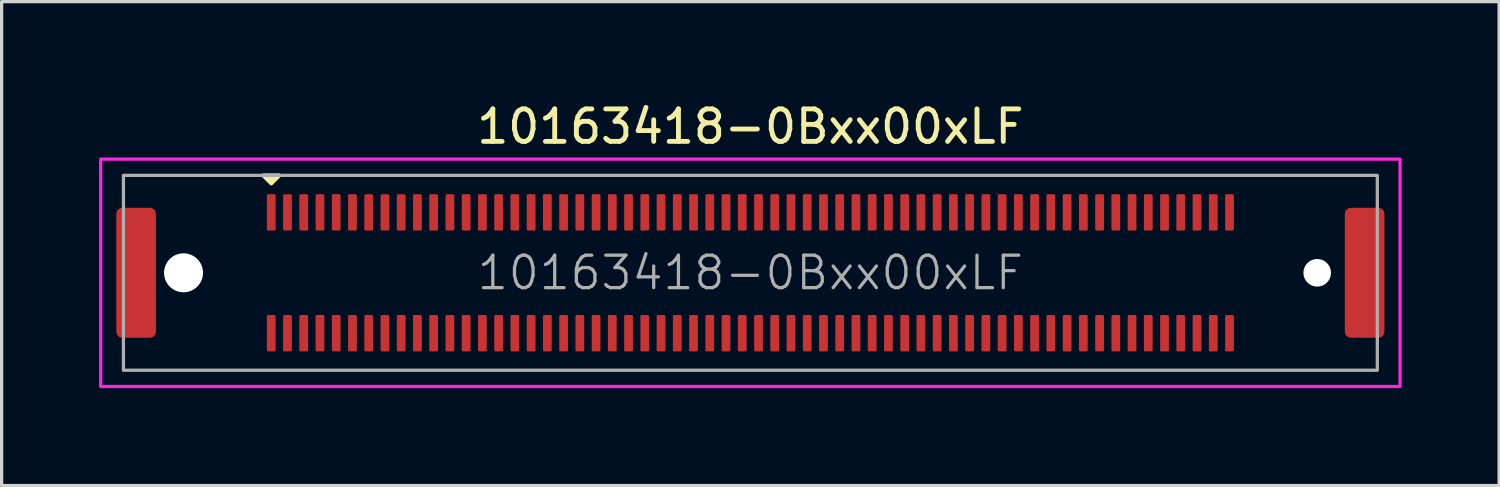
<source format=kicad_pcb>
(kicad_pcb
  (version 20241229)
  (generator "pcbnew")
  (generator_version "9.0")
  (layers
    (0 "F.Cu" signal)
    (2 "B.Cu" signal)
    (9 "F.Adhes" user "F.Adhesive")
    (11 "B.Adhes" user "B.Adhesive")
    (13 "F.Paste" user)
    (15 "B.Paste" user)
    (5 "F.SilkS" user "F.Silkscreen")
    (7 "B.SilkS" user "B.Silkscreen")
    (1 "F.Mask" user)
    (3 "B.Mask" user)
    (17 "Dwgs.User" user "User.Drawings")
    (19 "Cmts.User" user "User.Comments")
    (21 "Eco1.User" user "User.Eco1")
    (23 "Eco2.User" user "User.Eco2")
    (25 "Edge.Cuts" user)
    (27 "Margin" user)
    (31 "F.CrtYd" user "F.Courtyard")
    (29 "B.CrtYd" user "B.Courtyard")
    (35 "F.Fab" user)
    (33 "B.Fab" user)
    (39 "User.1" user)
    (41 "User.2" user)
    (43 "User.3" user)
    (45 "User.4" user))
  (footprint "10163418-0Bxx00xLF"
    (layer "F.Cu")
    (at 20.05 5.348)
    (property "Reference" "10163418-0Bxx00xLF" (at 0 -4.5 0) (unlocked yes) (layer "F.SilkS") (effects (font (size 1 1) (thickness 0.15))))
    (attr smd)
    (fp_poly (pts (xy -14.75 -2.75) (xy -14.5 -3) (xy -15 -3)) (stroke (width 0.12) (type solid)) (fill yes) (layer "F.SilkS"))
    (fp_rect (start -20 -3.5) (end 20 3.5) (stroke (width 0.1) (type solid)) (fill no) (layer "F.CrtYd"))
    (fp_rect (start -19.3 -3) (end 19.3 3) (stroke (width 0.1) (type solid)) (fill no) (layer "F.Fab"))
    (fp_text user "${REFERENCE}" (at 0 0 0) (unlocked yes) (layer "F.Fab") (effects (font (size 1 1) (thickness 0.1))))
    (pad "" np_thru_hole circle (at -17.45 0 90) (size 1.2 1.2) (drill 1.2) (layers "*.Cu" "*.Mask"))
    (pad "" np_thru_hole circle (at 17.45 0 90) (size 0.85 0.85) (drill 0.85) (layers "*.Cu" "*.Mask"))
    (pad "1" smd roundrect (at -14.75 -1.86) (size 0.27 1.12) (layers "F.Cu" "F.Mask" "F.Paste") (roundrect_rratio 0.15))
    (pad "2" smd roundrect (at -14.75 1.86) (size 0.27 1.12) (layers "F.Cu" "F.Mask" "F.Paste") (roundrect_rratio 0.15))
    (pad "3" smd roundrect (at -14.25 -1.86) (size 0.27 1.12) (layers "F.Cu" "F.Mask" "F.Paste") (roundrect_rratio 0.15))
    (pad "4" smd roundrect (at -14.25 1.86) (size 0.27 1.12) (layers "F.Cu" "F.Mask" "F.Paste") (roundrect_rratio 0.15))
    (pad "5" smd roundrect (at -13.75 -1.86) (size 0.27 1.12) (layers "F.Cu" "F.Mask" "F.Paste") (roundrect_rratio 0.15))
    (pad "6" smd roundrect (at -13.75 1.86) (size 0.27 1.12) (layers "F.Cu" "F.Mask" "F.Paste") (roundrect_rratio 0.15))
    (pad "7" smd roundrect (at -13.25 -1.86) (size 0.27 1.12) (layers "F.Cu" "F.Mask" "F.Paste") (roundrect_rratio 0.15))
    (pad "8" smd roundrect (at -13.25 1.86) (size 0.27 1.12) (layers "F.Cu" "F.Mask" "F.Paste") (roundrect_rratio 0.15))
    (pad "9" smd roundrect (at -12.75 -1.86) (size 0.27 1.12) (layers "F.Cu" "F.Mask" "F.Paste") (roundrect_rratio 0.15))
    (pad "10" smd roundrect (at -12.75 1.86) (size 0.27 1.12) (layers "F.Cu" "F.Mask" "F.Paste") (roundrect_rratio 0.15))
    (pad "11" smd roundrect (at -12.25 -1.86) (size 0.27 1.12) (layers "F.Cu" "F.Mask" "F.Paste") (roundrect_rratio 0.15))
    (pad "12" smd roundrect (at -12.25 1.86) (size 0.27 1.12) (layers "F.Cu" "F.Mask" "F.Paste") (roundrect_rratio 0.15))
    (pad "13" smd roundrect (at -11.75 -1.86) (size 0.27 1.12) (layers "F.Cu" "F.Mask" "F.Paste") (roundrect_rratio 0.15))
    (pad "14" smd roundrect (at -11.75 1.86) (size 0.27 1.12) (layers "F.Cu" "F.Mask" "F.Paste") (roundrect_rratio 0.15))
    (pad "15" smd roundrect (at -11.25 -1.86) (size 0.27 1.12) (layers "F.Cu" "F.Mask" "F.Paste") (roundrect_rratio 0.15))
    (pad "16" smd roundrect (at -11.25 1.86) (size 0.27 1.12) (layers "F.Cu" "F.Mask" "F.Paste") (roundrect_rratio 0.15))
    (pad "17" smd roundrect (at -10.75 -1.86) (size 0.27 1.12) (layers "F.Cu" "F.Mask" "F.Paste") (roundrect_rratio 0.15))
    (pad "18" smd roundrect (at -10.75 1.86) (size 0.27 1.12) (layers "F.Cu" "F.Mask" "F.Paste") (roundrect_rratio 0.15))
    (pad "19" smd roundrect (at -10.25 -1.86) (size 0.27 1.12) (layers "F.Cu" "F.Mask" "F.Paste") (roundrect_rratio 0.15))
    (pad "20" smd roundrect (at -10.25 1.86) (size 0.27 1.12) (layers "F.Cu" "F.Mask" "F.Paste") (roundrect_rratio 0.15))
    (pad "21" smd roundrect (at -9.75 -1.86) (size 0.27 1.12) (layers "F.Cu" "F.Mask" "F.Paste") (roundrect_rratio 0.15))
    (pad "22" smd roundrect (at -9.75 1.86) (size 0.27 1.12) (layers "F.Cu" "F.Mask" "F.Paste") (roundrect_rratio 0.15))
    (pad "23" smd roundrect (at -9.25 -1.86) (size 0.27 1.12) (layers "F.Cu" "F.Mask" "F.Paste") (roundrect_rratio 0.15))
    (pad "24" smd roundrect (at -9.25 1.86) (size 0.27 1.12) (layers "F.Cu" "F.Mask" "F.Paste") (roundrect_rratio 0.15))
    (pad "25" smd roundrect (at -8.75 -1.86) (size 0.27 1.12) (layers "F.Cu" "F.Mask" "F.Paste") (roundrect_rratio 0.15))
    (pad "26" smd roundrect (at -8.75 1.86) (size 0.27 1.12) (layers "F.Cu" "F.Mask" "F.Paste") (roundrect_rratio 0.15))
    (pad "27" smd roundrect (at -8.25 -1.86) (size 0.27 1.12) (layers "F.Cu" "F.Mask" "F.Paste") (roundrect_rratio 0.15))
    (pad "28" smd roundrect (at -8.25 1.86) (size 0.27 1.12) (layers "F.Cu" "F.Mask" "F.Paste") (roundrect_rratio 0.15))
    (pad "29" smd roundrect (at -7.75 -1.86) (size 0.27 1.12) (layers "F.Cu" "F.Mask" "F.Paste") (roundrect_rratio 0.15))
    (pad "30" smd roundrect (at -7.75 1.86) (size 0.27 1.12) (layers "F.Cu" "F.Mask" "F.Paste") (roundrect_rratio 0.15))
    (pad "31" smd roundrect (at -7.25 -1.86) (size 0.27 1.12) (layers "F.Cu" "F.Mask" "F.Paste") (roundrect_rratio 0.15))
    (pad "32" smd roundrect (at -7.25 1.86) (size 0.27 1.12) (layers "F.Cu" "F.Mask" "F.Paste") (roundrect_rratio 0.15))
    (pad "33" smd roundrect (at -6.75 -1.86) (size 0.27 1.12) (layers "F.Cu" "F.Mask" "F.Paste") (roundrect_rratio 0.15))
    (pad "34" smd roundrect (at -6.75 1.86) (size 0.27 1.12) (layers "F.Cu" "F.Mask" "F.Paste") (roundrect_rratio 0.15))
    (pad "35" smd roundrect (at -6.25 -1.86) (size 0.27 1.12) (layers "F.Cu" "F.Mask" "F.Paste") (roundrect_rratio 0.15))
    (pad "36" smd roundrect (at -6.25 1.86) (size 0.27 1.12) (layers "F.Cu" "F.Mask" "F.Paste") (roundrect_rratio 0.15))
    (pad "37" smd roundrect (at -5.75 -1.86) (size 0.27 1.12) (layers "F.Cu" "F.Mask" "F.Paste") (roundrect_rratio 0.15))
    (pad "38" smd roundrect (at -5.75 1.86) (size 0.27 1.12) (layers "F.Cu" "F.Mask" "F.Paste") (roundrect_rratio 0.15))
    (pad "39" smd roundrect (at -5.25 -1.86) (size 0.27 1.12) (layers "F.Cu" "F.Mask" "F.Paste") (roundrect_rratio 0.15))
    (pad "40" smd roundrect (at -5.25 1.86) (size 0.27 1.12) (layers "F.Cu" "F.Mask" "F.Paste") (roundrect_rratio 0.15))
    (pad "41" smd roundrect (at -4.75 -1.86) (size 0.27 1.12) (layers "F.Cu" "F.Mask" "F.Paste") (roundrect_rratio 0.15))
    (pad "42" smd roundrect (at -4.75 1.86) (size 0.27 1.12) (layers "F.Cu" "F.Mask" "F.Paste") (roundrect_rratio 0.15))
    (pad "43" smd roundrect (at -4.25 -1.86) (size 0.27 1.12) (layers "F.Cu" "F.Mask" "F.Paste") (roundrect_rratio 0.15))
    (pad "44" smd roundrect (at -4.25 1.86) (size 0.27 1.12) (layers "F.Cu" "F.Mask" "F.Paste") (roundrect_rratio 0.15))
    (pad "45" smd roundrect (at -3.75 -1.86) (size 0.27 1.12) (layers "F.Cu" "F.Mask" "F.Paste") (roundrect_rratio 0.15))
    (pad "46" smd roundrect (at -3.75 1.86) (size 0.27 1.12) (layers "F.Cu" "F.Mask" "F.Paste") (roundrect_rratio 0.15))
    (pad "47" smd roundrect (at -3.25 -1.86) (size 0.27 1.12) (layers "F.Cu" "F.Mask" "F.Paste") (roundrect_rratio 0.15))
    (pad "48" smd roundrect (at -3.25 1.86) (size 0.27 1.12) (layers "F.Cu" "F.Mask" "F.Paste") (roundrect_rratio 0.15))
    (pad "49" smd roundrect (at -2.75 -1.86) (size 0.27 1.12) (layers "F.Cu" "F.Mask" "F.Paste") (roundrect_rratio 0.15))
    (pad "50" smd roundrect (at -2.75 1.86) (size 0.27 1.12) (layers "F.Cu" "F.Mask" "F.Paste") (roundrect_rratio 0.15))
    (pad "51" smd roundrect (at -2.25 -1.86) (size 0.27 1.12) (layers "F.Cu" "F.Mask" "F.Paste") (roundrect_rratio 0.15))
    (pad "52" smd roundrect (at -2.25 1.86) (size 0.27 1.12) (layers "F.Cu" "F.Mask" "F.Paste") (roundrect_rratio 0.15))
    (pad "53" smd roundrect (at -1.75 -1.86) (size 0.27 1.12) (layers "F.Cu" "F.Mask" "F.Paste") (roundrect_rratio 0.15))
    (pad "54" smd roundrect (at -1.75 1.86) (size 0.27 1.12) (layers "F.Cu" "F.Mask" "F.Paste") (roundrect_rratio 0.15))
    (pad "55" smd roundrect (at -1.25 -1.86) (size 0.27 1.12) (layers "F.Cu" "F.Mask" "F.Paste") (roundrect_rratio 0.15))
    (pad "56" smd roundrect (at -1.25 1.86) (size 0.27 1.12) (layers "F.Cu" "F.Mask" "F.Paste") (roundrect_rratio 0.15))
    (pad "57" smd roundrect (at -0.75 -1.86) (size 0.27 1.12) (layers "F.Cu" "F.Mask" "F.Paste") (roundrect_rratio 0.15))
    (pad "58" smd roundrect (at -0.75 1.86) (size 0.27 1.12) (layers "F.Cu" "F.Mask" "F.Paste") (roundrect_rratio 0.15))
    (pad "59" smd roundrect (at -0.25 -1.86) (size 0.27 1.12) (layers "F.Cu" "F.Mask" "F.Paste") (roundrect_rratio 0.15))
    (pad "60" smd roundrect (at -0.25 1.86) (size 0.27 1.12) (layers "F.Cu" "F.Mask" "F.Paste") (roundrect_rratio 0.15))
    (pad "61" smd roundrect (at 0.25 -1.86) (size 0.27 1.12) (layers "F.Cu" "F.Mask" "F.Paste") (roundrect_rratio 0.15))
    (pad "62" smd roundrect (at 0.25 1.86) (size 0.27 1.12) (layers "F.Cu" "F.Mask" "F.Paste") (roundrect_rratio 0.15))
    (pad "63" smd roundrect (at 0.75 -1.86) (size 0.27 1.12) (layers "F.Cu" "F.Mask" "F.Paste") (roundrect_rratio 0.15))
    (pad "64" smd roundrect (at 0.75 1.86) (size 0.27 1.12) (layers "F.Cu" "F.Mask" "F.Paste") (roundrect_rratio 0.15))
    (pad "65" smd roundrect (at 1.25 -1.86) (size 0.27 1.12) (layers "F.Cu" "F.Mask" "F.Paste") (roundrect_rratio 0.15))
    (pad "66" smd roundrect (at 1.25 1.86) (size 0.27 1.12) (layers "F.Cu" "F.Mask" "F.Paste") (roundrect_rratio 0.15))
    (pad "67" smd roundrect (at 1.75 -1.86) (size 0.27 1.12) (layers "F.Cu" "F.Mask" "F.Paste") (roundrect_rratio 0.15))
    (pad "68" smd roundrect (at 1.75 1.86) (size 0.27 1.12) (layers "F.Cu" "F.Mask" "F.Paste") (roundrect_rratio 0.15))
    (pad "69" smd roundrect (at 2.25 -1.86) (size 0.27 1.12) (layers "F.Cu" "F.Mask" "F.Paste") (roundrect_rratio 0.15))
    (pad "70" smd roundrect (at 2.25 1.86) (size 0.27 1.12) (layers "F.Cu" "F.Mask" "F.Paste") (roundrect_rratio 0.15))
    (pad "71" smd roundrect (at 2.75 -1.86) (size 0.27 1.12) (layers "F.Cu" "F.Mask" "F.Paste") (roundrect_rratio 0.15))
    (pad "72" smd roundrect (at 2.75 1.86) (size 0.27 1.12) (layers "F.Cu" "F.Mask" "F.Paste") (roundrect_rratio 0.15))
    (pad "73" smd roundrect (at 3.25 -1.86) (size 0.27 1.12) (layers "F.Cu" "F.Mask" "F.Paste") (roundrect_rratio 0.15))
    (pad "74" smd roundrect (at 3.25 1.86) (size 0.27 1.12) (layers "F.Cu" "F.Mask" "F.Paste") (roundrect_rratio 0.15))
    (pad "75" smd roundrect (at 3.75 -1.86) (size 0.27 1.12) (layers "F.Cu" "F.Mask" "F.Paste") (roundrect_rratio 0.15))
    (pad "76" smd roundrect (at 3.75 1.86) (size 0.27 1.12) (layers "F.Cu" "F.Mask" "F.Paste") (roundrect_rratio 0.15))
    (pad "77" smd roundrect (at 4.25 -1.86) (size 0.27 1.12) (layers "F.Cu" "F.Mask" "F.Paste") (roundrect_rratio 0.15))
    (pad "78" smd roundrect (at 4.25 1.86) (size 0.27 1.12) (layers "F.Cu" "F.Mask" "F.Paste") (roundrect_rratio 0.15))
    (pad "79" smd roundrect (at 4.75 -1.86) (size 0.27 1.12) (layers "F.Cu" "F.Mask" "F.Paste") (roundrect_rratio 0.15))
    (pad "80" smd roundrect (at 4.75 1.86) (size 0.27 1.12) (layers "F.Cu" "F.Mask" "F.Paste") (roundrect_rratio 0.15))
    (pad "81" smd roundrect (at 5.25 -1.86) (size 0.27 1.12) (layers "F.Cu" "F.Mask" "F.Paste") (roundrect_rratio 0.15))
    (pad "82" smd roundrect (at 5.25 1.86) (size 0.27 1.12) (layers "F.Cu" "F.Mask" "F.Paste") (roundrect_rratio 0.15))
    (pad "83" smd roundrect (at 5.75 -1.86) (size 0.27 1.12) (layers "F.Cu" "F.Mask" "F.Paste") (roundrect_rratio 0.15))
    (pad "84" smd roundrect (at 5.75 1.86) (size 0.27 1.12) (layers "F.Cu" "F.Mask" "F.Paste") (roundrect_rratio 0.15))
    (pad "85" smd roundrect (at 6.25 -1.86) (size 0.27 1.12) (layers "F.Cu" "F.Mask" "F.Paste") (roundrect_rratio 0.15))
    (pad "86" smd roundrect (at 6.25 1.86) (size 0.27 1.12) (layers "F.Cu" "F.Mask" "F.Paste") (roundrect_rratio 0.15))
    (pad "87" smd roundrect (at 6.75 -1.86) (size 0.27 1.12) (layers "F.Cu" "F.Mask" "F.Paste") (roundrect_rratio 0.15))
    (pad "88" smd roundrect (at 6.75 1.86) (size 0.27 1.12) (layers "F.Cu" "F.Mask" "F.Paste") (roundrect_rratio 0.15))
    (pad "89" smd roundrect (at 7.25 -1.86) (size 0.27 1.12) (layers "F.Cu" "F.Mask" "F.Paste") (roundrect_rratio 0.15))
    (pad "90" smd roundrect (at 7.25 1.86) (size 0.27 1.12) (layers "F.Cu" "F.Mask" "F.Paste") (roundrect_rratio 0.15))
    (pad "91" smd roundrect (at 7.75 -1.86) (size 0.27 1.12) (layers "F.Cu" "F.Mask" "F.Paste") (roundrect_rratio 0.15))
    (pad "92" smd roundrect (at 7.75 1.86) (size 0.27 1.12) (layers "F.Cu" "F.Mask" "F.Paste") (roundrect_rratio 0.15))
    (pad "93" smd roundrect (at 8.25 -1.86) (size 0.27 1.12) (layers "F.Cu" "F.Mask" "F.Paste") (roundrect_rratio 0.15))
    (pad "94" smd roundrect (at 8.25 1.86) (size 0.27 1.12) (layers "F.Cu" "F.Mask" "F.Paste") (roundrect_rratio 0.15))
    (pad "95" smd roundrect (at 8.75 -1.86) (size 0.27 1.12) (layers "F.Cu" "F.Mask" "F.Paste") (roundrect_rratio 0.15))
    (pad "96" smd roundrect (at 8.75 1.86) (size 0.27 1.12) (layers "F.Cu" "F.Mask" "F.Paste") (roundrect_rratio 0.15))
    (pad "97" smd roundrect (at 9.25 -1.86) (size 0.27 1.12) (layers "F.Cu" "F.Mask" "F.Paste") (roundrect_rratio 0.15))
    (pad "98" smd roundrect (at 9.25 1.86) (size 0.27 1.12) (layers "F.Cu" "F.Mask" "F.Paste") (roundrect_rratio 0.15))
    (pad "99" smd roundrect (at 9.75 -1.86) (size 0.27 1.12) (layers "F.Cu" "F.Mask" "F.Paste") (roundrect_rratio 0.15))
    (pad "100" smd roundrect (at 9.75 1.86) (size 0.27 1.12) (layers "F.Cu" "F.Mask" "F.Paste") (roundrect_rratio 0.15))
    (pad "101" smd roundrect (at 10.25 -1.86) (size 0.27 1.12) (layers "F.Cu" "F.Mask" "F.Paste") (roundrect_rratio 0.15))
    (pad "102" smd roundrect (at 10.25 1.86) (size 0.27 1.12) (layers "F.Cu" "F.Mask" "F.Paste") (roundrect_rratio 0.15))
    (pad "103" smd roundrect (at 10.75 -1.86) (size 0.27 1.12) (layers "F.Cu" "F.Mask" "F.Paste") (roundrect_rratio 0.15))
    (pad "104" smd roundrect (at 10.75 1.86) (size 0.27 1.12) (layers "F.Cu" "F.Mask" "F.Paste") (roundrect_rratio 0.15))
    (pad "105" smd roundrect (at 11.25 -1.86) (size 0.27 1.12) (layers "F.Cu" "F.Mask" "F.Paste") (roundrect_rratio 0.15))
    (pad "106" smd roundrect (at 11.25 1.86) (size 0.27 1.12) (layers "F.Cu" "F.Mask" "F.Paste") (roundrect_rratio 0.15))
    (pad "107" smd roundrect (at 11.75 -1.86) (size 0.27 1.12) (layers "F.Cu" "F.Mask" "F.Paste") (roundrect_rratio 0.15))
    (pad "108" smd roundrect (at 11.75 1.86) (size 0.27 1.12) (layers "F.Cu" "F.Mask" "F.Paste") (roundrect_rratio 0.15))
    (pad "109" smd roundrect (at 12.25 -1.86) (size 0.27 1.12) (layers "F.Cu" "F.Mask" "F.Paste") (roundrect_rratio 0.15))
    (pad "110" smd roundrect (at 12.25 1.86) (size 0.27 1.12) (layers "F.Cu" "F.Mask" "F.Paste") (roundrect_rratio 0.15))
    (pad "111" smd roundrect (at 12.75 -1.86) (size 0.27 1.12) (layers "F.Cu" "F.Mask" "F.Paste") (roundrect_rratio 0.15))
    (pad "112" smd roundrect (at 12.75 1.86) (size 0.27 1.12) (layers "F.Cu" "F.Mask" "F.Paste") (roundrect_rratio 0.15))
    (pad "113" smd roundrect (at 13.25 -1.86) (size 0.27 1.12) (layers "F.Cu" "F.Mask" "F.Paste") (roundrect_rratio 0.15))
    (pad "114" smd roundrect (at 13.25 1.86) (size 0.27 1.12) (layers "F.Cu" "F.Mask" "F.Paste") (roundrect_rratio 0.15))
    (pad "115" smd roundrect (at 13.75 -1.86) (size 0.27 1.12) (layers "F.Cu" "F.Mask" "F.Paste") (roundrect_rratio 0.15))
    (pad "116" smd roundrect (at 13.75 1.86) (size 0.27 1.12) (layers "F.Cu" "F.Mask" "F.Paste") (roundrect_rratio 0.15))
    (pad "117" smd roundrect (at 14.25 -1.86) (size 0.27 1.12) (layers "F.Cu" "F.Mask" "F.Paste") (roundrect_rratio 0.15))
    (pad "118" smd roundrect (at 14.25 1.86) (size 0.27 1.12) (layers "F.Cu" "F.Mask" "F.Paste") (roundrect_rratio 0.15))
    (pad "119" smd roundrect (at 14.75 -1.86) (size 0.27 1.12) (layers "F.Cu" "F.Mask" "F.Paste") (roundrect_rratio 0.15))
    (pad "120" smd roundrect (at 14.75 1.86) (size 0.27 1.12) (layers "F.Cu" "F.Mask" "F.Paste") (roundrect_rratio 0.15))
    (pad "MP" smd roundrect (at -18.91 0 90) (size 4 1.22) (layers "F.Cu" "F.Mask" "F.Paste") (roundrect_rratio 0.15))
    (pad "MP" smd roundrect (at 18.91 0 90) (size 4 1.22) (layers "F.Cu" "F.Mask" "F.Paste") (roundrect_rratio 0.15)))
  (gr_rect
    (start -3 -3)
    (end 43.1 11.898)
    (stroke (width 0.1) (type default))
    (fill no)
    (layer "Edge.Cuts")))
</source>
